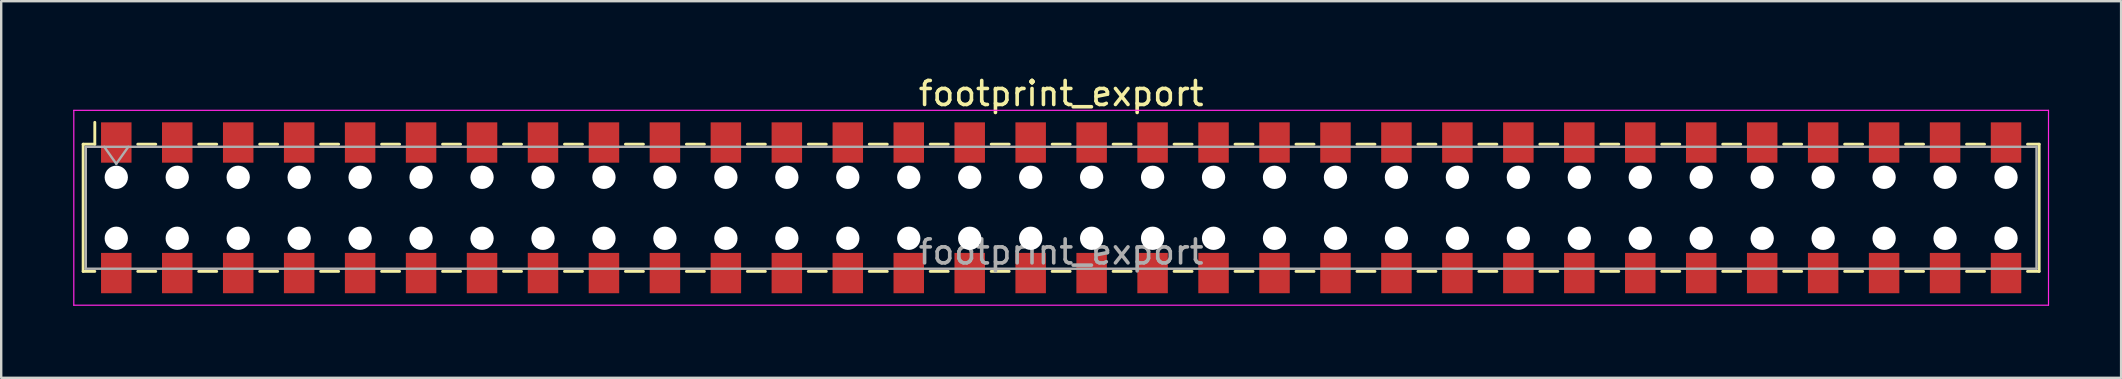
<source format=kicad_pcb>
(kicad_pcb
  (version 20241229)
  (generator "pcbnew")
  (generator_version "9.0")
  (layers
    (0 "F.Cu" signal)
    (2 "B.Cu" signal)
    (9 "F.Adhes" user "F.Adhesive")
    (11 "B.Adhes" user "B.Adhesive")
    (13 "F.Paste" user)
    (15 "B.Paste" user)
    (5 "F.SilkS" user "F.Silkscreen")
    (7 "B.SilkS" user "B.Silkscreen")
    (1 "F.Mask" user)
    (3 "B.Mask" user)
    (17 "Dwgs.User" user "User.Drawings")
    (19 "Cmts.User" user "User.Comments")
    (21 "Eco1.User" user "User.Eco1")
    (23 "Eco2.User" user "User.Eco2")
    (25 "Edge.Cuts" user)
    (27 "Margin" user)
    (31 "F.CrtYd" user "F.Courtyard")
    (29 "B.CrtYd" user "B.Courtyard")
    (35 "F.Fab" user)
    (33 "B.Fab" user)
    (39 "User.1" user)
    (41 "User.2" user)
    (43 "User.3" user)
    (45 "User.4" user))
  (footprint "footprint_export"
    (layer "F.Cu")
    (at 41.165 5.608)
    (property "Reference" "footprint_export" (at 0 -4.76 0) (layer "F.SilkS") (effects (font (size 1 1) (thickness 0.15))))
    (attr smd)
    (fp_line (start -40.75 -2.65) (end -40.75 2.65) (stroke (width 0.12) (type solid)) (layer "F.SilkS"))
    (fp_line (start -40.75 2.65) (end -40.265 2.65) (stroke (width 0.12) (type solid)) (layer "F.SilkS"))
    (fp_line (start -40.265 -3.56) (end -40.265 -2.65) (stroke (width 0.12) (type solid)) (layer "F.SilkS"))
    (fp_line (start -40.265 -2.65) (end -40.75 -2.65) (stroke (width 0.12) (type solid)) (layer "F.SilkS"))
    (fp_line (start -38.475 -2.65) (end -37.725 -2.65) (stroke (width 0.12) (type solid)) (layer "F.SilkS"))
    (fp_line (start -38.475 2.65) (end -37.725 2.65) (stroke (width 0.12) (type solid)) (layer "F.SilkS"))
    (fp_line (start -35.935 -2.65) (end -35.185 -2.65) (stroke (width 0.12) (type solid)) (layer "F.SilkS"))
    (fp_line (start -35.935 2.65) (end -35.185 2.65) (stroke (width 0.12) (type solid)) (layer "F.SilkS"))
    (fp_line (start -33.395 -2.65) (end -32.645 -2.65) (stroke (width 0.12) (type solid)) (layer "F.SilkS"))
    (fp_line (start -33.395 2.65) (end -32.645 2.65) (stroke (width 0.12) (type solid)) (layer "F.SilkS"))
    (fp_line (start -30.855 -2.65) (end -30.105 -2.65) (stroke (width 0.12) (type solid)) (layer "F.SilkS"))
    (fp_line (start -30.855 2.65) (end -30.105 2.65) (stroke (width 0.12) (type solid)) (layer "F.SilkS"))
    (fp_line (start -28.315 -2.65) (end -27.565 -2.65) (stroke (width 0.12) (type solid)) (layer "F.SilkS"))
    (fp_line (start -28.315 2.65) (end -27.565 2.65) (stroke (width 0.12) (type solid)) (layer "F.SilkS"))
    (fp_line (start -25.775 -2.65) (end -25.025 -2.65) (stroke (width 0.12) (type solid)) (layer "F.SilkS"))
    (fp_line (start -25.775 2.65) (end -25.025 2.65) (stroke (width 0.12) (type solid)) (layer "F.SilkS"))
    (fp_line (start -23.235 -2.65) (end -22.485 -2.65) (stroke (width 0.12) (type solid)) (layer "F.SilkS"))
    (fp_line (start -23.235 2.65) (end -22.485 2.65) (stroke (width 0.12) (type solid)) (layer "F.SilkS"))
    (fp_line (start -20.695 -2.65) (end -19.945 -2.65) (stroke (width 0.12) (type solid)) (layer "F.SilkS"))
    (fp_line (start -20.695 2.65) (end -19.945 2.65) (stroke (width 0.12) (type solid)) (layer "F.SilkS"))
    (fp_line (start -18.155 -2.65) (end -17.405 -2.65) (stroke (width 0.12) (type solid)) (layer "F.SilkS"))
    (fp_line (start -18.155 2.65) (end -17.405 2.65) (stroke (width 0.12) (type solid)) (layer "F.SilkS"))
    (fp_line (start -15.615 -2.65) (end -14.865 -2.65) (stroke (width 0.12) (type solid)) (layer "F.SilkS"))
    (fp_line (start -15.615 2.65) (end -14.865 2.65) (stroke (width 0.12) (type solid)) (layer "F.SilkS"))
    (fp_line (start -13.075 -2.65) (end -12.325 -2.65) (stroke (width 0.12) (type solid)) (layer "F.SilkS"))
    (fp_line (start -13.075 2.65) (end -12.325 2.65) (stroke (width 0.12) (type solid)) (layer "F.SilkS"))
    (fp_line (start -10.535 -2.65) (end -9.785 -2.65) (stroke (width 0.12) (type solid)) (layer "F.SilkS"))
    (fp_line (start -10.535 2.65) (end -9.785 2.65) (stroke (width 0.12) (type solid)) (layer "F.SilkS"))
    (fp_line (start -7.995 -2.65) (end -7.245 -2.65) (stroke (width 0.12) (type solid)) (layer "F.SilkS"))
    (fp_line (start -7.995 2.65) (end -7.245 2.65) (stroke (width 0.12) (type solid)) (layer "F.SilkS"))
    (fp_line (start -5.455 -2.65) (end -4.705 -2.65) (stroke (width 0.12) (type solid)) (layer "F.SilkS"))
    (fp_line (start -5.455 2.65) (end -4.705 2.65) (stroke (width 0.12) (type solid)) (layer "F.SilkS"))
    (fp_line (start -2.915 -2.65) (end -2.165 -2.65) (stroke (width 0.12) (type solid)) (layer "F.SilkS"))
    (fp_line (start -2.915 2.65) (end -2.165 2.65) (stroke (width 0.12) (type solid)) (layer "F.SilkS"))
    (fp_line (start -0.375 -2.65) (end 0.375 -2.65) (stroke (width 0.12) (type solid)) (layer "F.SilkS"))
    (fp_line (start -0.375 2.65) (end 0.375 2.65) (stroke (width 0.12) (type solid)) (layer "F.SilkS"))
    (fp_line (start 2.165 -2.65) (end 2.915 -2.65) (stroke (width 0.12) (type solid)) (layer "F.SilkS"))
    (fp_line (start 2.165 2.65) (end 2.915 2.65) (stroke (width 0.12) (type solid)) (layer "F.SilkS"))
    (fp_line (start 4.705 -2.65) (end 5.455 -2.65) (stroke (width 0.12) (type solid)) (layer "F.SilkS"))
    (fp_line (start 4.705 2.65) (end 5.455 2.65) (stroke (width 0.12) (type solid)) (layer "F.SilkS"))
    (fp_line (start 7.245 -2.65) (end 7.995 -2.65) (stroke (width 0.12) (type solid)) (layer "F.SilkS"))
    (fp_line (start 7.245 2.65) (end 7.995 2.65) (stroke (width 0.12) (type solid)) (layer "F.SilkS"))
    (fp_line (start 9.785 -2.65) (end 10.535 -2.65) (stroke (width 0.12) (type solid)) (layer "F.SilkS"))
    (fp_line (start 9.785 2.65) (end 10.535 2.65) (stroke (width 0.12) (type solid)) (layer "F.SilkS"))
    (fp_line (start 12.325 -2.65) (end 13.075 -2.65) (stroke (width 0.12) (type solid)) (layer "F.SilkS"))
    (fp_line (start 12.325 2.65) (end 13.075 2.65) (stroke (width 0.12) (type solid)) (layer "F.SilkS"))
    (fp_line (start 14.865 -2.65) (end 15.615 -2.65) (stroke (width 0.12) (type solid)) (layer "F.SilkS"))
    (fp_line (start 14.865 2.65) (end 15.615 2.65) (stroke (width 0.12) (type solid)) (layer "F.SilkS"))
    (fp_line (start 17.405 -2.65) (end 18.155 -2.65) (stroke (width 0.12) (type solid)) (layer "F.SilkS"))
    (fp_line (start 17.405 2.65) (end 18.155 2.65) (stroke (width 0.12) (type solid)) (layer "F.SilkS"))
    (fp_line (start 19.945 -2.65) (end 20.695 -2.65) (stroke (width 0.12) (type solid)) (layer "F.SilkS"))
    (fp_line (start 19.945 2.65) (end 20.695 2.65) (stroke (width 0.12) (type solid)) (layer "F.SilkS"))
    (fp_line (start 22.485 -2.65) (end 23.235 -2.65) (stroke (width 0.12) (type solid)) (layer "F.SilkS"))
    (fp_line (start 22.485 2.65) (end 23.235 2.65) (stroke (width 0.12) (type solid)) (layer "F.SilkS"))
    (fp_line (start 25.025 -2.65) (end 25.775 -2.65) (stroke (width 0.12) (type solid)) (layer "F.SilkS"))
    (fp_line (start 25.025 2.65) (end 25.775 2.65) (stroke (width 0.12) (type solid)) (layer "F.SilkS"))
    (fp_line (start 27.565 -2.65) (end 28.315 -2.65) (stroke (width 0.12) (type solid)) (layer "F.SilkS"))
    (fp_line (start 27.565 2.65) (end 28.315 2.65) (stroke (width 0.12) (type solid)) (layer "F.SilkS"))
    (fp_line (start 30.105 -2.65) (end 30.855 -2.65) (stroke (width 0.12) (type solid)) (layer "F.SilkS"))
    (fp_line (start 30.105 2.65) (end 30.855 2.65) (stroke (width 0.12) (type solid)) (layer "F.SilkS"))
    (fp_line (start 32.645 -2.65) (end 33.395 -2.65) (stroke (width 0.12) (type solid)) (layer "F.SilkS"))
    (fp_line (start 32.645 2.65) (end 33.395 2.65) (stroke (width 0.12) (type solid)) (layer "F.SilkS"))
    (fp_line (start 35.185 -2.65) (end 35.935 -2.65) (stroke (width 0.12) (type solid)) (layer "F.SilkS"))
    (fp_line (start 35.185 2.65) (end 35.935 2.65) (stroke (width 0.12) (type solid)) (layer "F.SilkS"))
    (fp_line (start 37.725 -2.65) (end 38.475 -2.65) (stroke (width 0.12) (type solid)) (layer "F.SilkS"))
    (fp_line (start 37.725 2.65) (end 38.475 2.65) (stroke (width 0.12) (type solid)) (layer "F.SilkS"))
    (fp_line (start 40.265 -2.65) (end 40.75 -2.65) (stroke (width 0.12) (type solid)) (layer "F.SilkS"))
    (fp_line (start 40.75 -2.65) (end 40.75 2.65) (stroke (width 0.12) (type solid)) (layer "F.SilkS"))
    (fp_line (start 40.75 2.65) (end 40.265 2.65) (stroke (width 0.12) (type solid)) (layer "F.SilkS"))
    (fp_line (start -41.14 -4.06) (end 41.14 -4.06) (stroke (width 0.05) (type solid)) (layer "F.CrtYd"))
    (fp_line (start -41.14 4.06) (end -41.14 -4.06) (stroke (width 0.05) (type solid)) (layer "F.CrtYd"))
    (fp_line (start 41.14 -4.06) (end 41.14 4.06) (stroke (width 0.05) (type solid)) (layer "F.CrtYd"))
    (fp_line (start 41.14 4.06) (end -41.14 4.06) (stroke (width 0.05) (type solid)) (layer "F.CrtYd"))
    (fp_line (start -40.64 -2.54) (end 40.64 -2.54) (stroke (width 0.1) (type solid)) (layer "F.Fab"))
    (fp_line (start -40.64 2.54) (end -40.64 -2.54) (stroke (width 0.1) (type solid)) (layer "F.Fab"))
    (fp_line (start -39.87 -2.54) (end -39.37 -1.833) (stroke (width 0.1) (type solid)) (layer "F.Fab"))
    (fp_line (start -39.37 -1.833) (end -38.87 -2.54) (stroke (width 0.1) (type solid)) (layer "F.Fab"))
    (fp_line (start 40.64 -2.54) (end 40.64 2.54) (stroke (width 0.1) (type solid)) (layer "F.Fab"))
    (fp_line (start 40.64 2.54) (end -40.64 2.54) (stroke (width 0.1) (type solid)) (layer "F.Fab"))
    (fp_text user "${REFERENCE}" (at 0 1.84 0) (layer "F.Fab") (effects (font (size 1 1) (thickness 0.15))))
    (pad "" np_thru_hole circle (at -39.37 -1.27) (size 0.97 0.97) (drill 0.97) (layers "*.Cu" "*.Mask"))
    (pad "" np_thru_hole circle (at -39.37 1.27) (size 0.97 0.97) (drill 0.97) (layers "*.Cu" "*.Mask"))
    (pad "" np_thru_hole circle (at -36.83 -1.27) (size 0.97 0.97) (drill 0.97) (layers "*.Cu" "*.Mask"))
    (pad "" np_thru_hole circle (at -36.83 1.27) (size 0.97 0.97) (drill 0.97) (layers "*.Cu" "*.Mask"))
    (pad "" np_thru_hole circle (at -34.29 -1.27) (size 0.97 0.97) (drill 0.97) (layers "*.Cu" "*.Mask"))
    (pad "" np_thru_hole circle (at -34.29 1.27) (size 0.97 0.97) (drill 0.97) (layers "*.Cu" "*.Mask"))
    (pad "" np_thru_hole circle (at -31.75 -1.27) (size 0.97 0.97) (drill 0.97) (layers "*.Cu" "*.Mask"))
    (pad "" np_thru_hole circle (at -31.75 1.27) (size 0.97 0.97) (drill 0.97) (layers "*.Cu" "*.Mask"))
    (pad "" np_thru_hole circle (at -29.21 -1.27) (size 0.97 0.97) (drill 0.97) (layers "*.Cu" "*.Mask"))
    (pad "" np_thru_hole circle (at -29.21 1.27) (size 0.97 0.97) (drill 0.97) (layers "*.Cu" "*.Mask"))
    (pad "" np_thru_hole circle (at -26.67 -1.27) (size 0.97 0.97) (drill 0.97) (layers "*.Cu" "*.Mask"))
    (pad "" np_thru_hole circle (at -26.67 1.27) (size 0.97 0.97) (drill 0.97) (layers "*.Cu" "*.Mask"))
    (pad "" np_thru_hole circle (at -24.13 -1.27) (size 0.97 0.97) (drill 0.97) (layers "*.Cu" "*.Mask"))
    (pad "" np_thru_hole circle (at -24.13 1.27) (size 0.97 0.97) (drill 0.97) (layers "*.Cu" "*.Mask"))
    (pad "" np_thru_hole circle (at -21.59 -1.27) (size 0.97 0.97) (drill 0.97) (layers "*.Cu" "*.Mask"))
    (pad "" np_thru_hole circle (at -21.59 1.27) (size 0.97 0.97) (drill 0.97) (layers "*.Cu" "*.Mask"))
    (pad "" np_thru_hole circle (at -19.05 -1.27) (size 0.97 0.97) (drill 0.97) (layers "*.Cu" "*.Mask"))
    (pad "" np_thru_hole circle (at -19.05 1.27) (size 0.97 0.97) (drill 0.97) (layers "*.Cu" "*.Mask"))
    (pad "" np_thru_hole circle (at -16.51 -1.27) (size 0.97 0.97) (drill 0.97) (layers "*.Cu" "*.Mask"))
    (pad "" np_thru_hole circle (at -16.51 1.27) (size 0.97 0.97) (drill 0.97) (layers "*.Cu" "*.Mask"))
    (pad "" np_thru_hole circle (at -13.97 -1.27) (size 0.97 0.97) (drill 0.97) (layers "*.Cu" "*.Mask"))
    (pad "" np_thru_hole circle (at -13.97 1.27) (size 0.97 0.97) (drill 0.97) (layers "*.Cu" "*.Mask"))
    (pad "" np_thru_hole circle (at -11.43 -1.27) (size 0.97 0.97) (drill 0.97) (layers "*.Cu" "*.Mask"))
    (pad "" np_thru_hole circle (at -11.43 1.27) (size 0.97 0.97) (drill 0.97) (layers "*.Cu" "*.Mask"))
    (pad "" np_thru_hole circle (at -8.89 -1.27) (size 0.97 0.97) (drill 0.97) (layers "*.Cu" "*.Mask"))
    (pad "" np_thru_hole circle (at -8.89 1.27) (size 0.97 0.97) (drill 0.97) (layers "*.Cu" "*.Mask"))
    (pad "" np_thru_hole circle (at -6.35 -1.27) (size 0.97 0.97) (drill 0.97) (layers "*.Cu" "*.Mask"))
    (pad "" np_thru_hole circle (at -6.35 1.27) (size 0.97 0.97) (drill 0.97) (layers "*.Cu" "*.Mask"))
    (pad "" np_thru_hole circle (at -3.81 -1.27) (size 0.97 0.97) (drill 0.97) (layers "*.Cu" "*.Mask"))
    (pad "" np_thru_hole circle (at -3.81 1.27) (size 0.97 0.97) (drill 0.97) (layers "*.Cu" "*.Mask"))
    (pad "" np_thru_hole circle (at -1.27 -1.27) (size 0.97 0.97) (drill 0.97) (layers "*.Cu" "*.Mask"))
    (pad "" np_thru_hole circle (at -1.27 1.27) (size 0.97 0.97) (drill 0.97) (layers "*.Cu" "*.Mask"))
    (pad "" np_thru_hole circle (at 1.27 -1.27) (size 0.97 0.97) (drill 0.97) (layers "*.Cu" "*.Mask"))
    (pad "" np_thru_hole circle (at 1.27 1.27) (size 0.97 0.97) (drill 0.97) (layers "*.Cu" "*.Mask"))
    (pad "" np_thru_hole circle (at 3.81 -1.27) (size 0.97 0.97) (drill 0.97) (layers "*.Cu" "*.Mask"))
    (pad "" np_thru_hole circle (at 3.81 1.27) (size 0.97 0.97) (drill 0.97) (layers "*.Cu" "*.Mask"))
    (pad "" np_thru_hole circle (at 6.35 -1.27) (size 0.97 0.97) (drill 0.97) (layers "*.Cu" "*.Mask"))
    (pad "" np_thru_hole circle (at 6.35 1.27) (size 0.97 0.97) (drill 0.97) (layers "*.Cu" "*.Mask"))
    (pad "" np_thru_hole circle (at 8.89 -1.27) (size 0.97 0.97) (drill 0.97) (layers "*.Cu" "*.Mask"))
    (pad "" np_thru_hole circle (at 8.89 1.27) (size 0.97 0.97) (drill 0.97) (layers "*.Cu" "*.Mask"))
    (pad "" np_thru_hole circle (at 11.43 -1.27) (size 0.97 0.97) (drill 0.97) (layers "*.Cu" "*.Mask"))
    (pad "" np_thru_hole circle (at 11.43 1.27) (size 0.97 0.97) (drill 0.97) (layers "*.Cu" "*.Mask"))
    (pad "" np_thru_hole circle (at 13.97 -1.27) (size 0.97 0.97) (drill 0.97) (layers "*.Cu" "*.Mask"))
    (pad "" np_thru_hole circle (at 13.97 1.27) (size 0.97 0.97) (drill 0.97) (layers "*.Cu" "*.Mask"))
    (pad "" np_thru_hole circle (at 16.51 -1.27) (size 0.97 0.97) (drill 0.97) (layers "*.Cu" "*.Mask"))
    (pad "" np_thru_hole circle (at 16.51 1.27) (size 0.97 0.97) (drill 0.97) (layers "*.Cu" "*.Mask"))
    (pad "" np_thru_hole circle (at 19.05 -1.27) (size 0.97 0.97) (drill 0.97) (layers "*.Cu" "*.Mask"))
    (pad "" np_thru_hole circle (at 19.05 1.27) (size 0.97 0.97) (drill 0.97) (layers "*.Cu" "*.Mask"))
    (pad "" np_thru_hole circle (at 21.59 -1.27) (size 0.97 0.97) (drill 0.97) (layers "*.Cu" "*.Mask"))
    (pad "" np_thru_hole circle (at 21.59 1.27) (size 0.97 0.97) (drill 0.97) (layers "*.Cu" "*.Mask"))
    (pad "" np_thru_hole circle (at 24.13 -1.27) (size 0.97 0.97) (drill 0.97) (layers "*.Cu" "*.Mask"))
    (pad "" np_thru_hole circle (at 24.13 1.27) (size 0.97 0.97) (drill 0.97) (layers "*.Cu" "*.Mask"))
    (pad "" np_thru_hole circle (at 26.67 -1.27) (size 0.97 0.97) (drill 0.97) (layers "*.Cu" "*.Mask"))
    (pad "" np_thru_hole circle (at 26.67 1.27) (size 0.97 0.97) (drill 0.97) (layers "*.Cu" "*.Mask"))
    (pad "" np_thru_hole circle (at 29.21 -1.27) (size 0.97 0.97) (drill 0.97) (layers "*.Cu" "*.Mask"))
    (pad "" np_thru_hole circle (at 29.21 1.27) (size 0.97 0.97) (drill 0.97) (layers "*.Cu" "*.Mask"))
    (pad "" np_thru_hole circle (at 31.75 -1.27) (size 0.97 0.97) (drill 0.97) (layers "*.Cu" "*.Mask"))
    (pad "" np_thru_hole circle (at 31.75 1.27) (size 0.97 0.97) (drill 0.97) (layers "*.Cu" "*.Mask"))
    (pad "" np_thru_hole circle (at 34.29 -1.27) (size 0.97 0.97) (drill 0.97) (layers "*.Cu" "*.Mask"))
    (pad "" np_thru_hole circle (at 34.29 1.27) (size 0.97 0.97) (drill 0.97) (layers "*.Cu" "*.Mask"))
    (pad "" np_thru_hole circle (at 36.83 -1.27) (size 0.97 0.97) (drill 0.97) (layers "*.Cu" "*.Mask"))
    (pad "" np_thru_hole circle (at 36.83 1.27) (size 0.97 0.97) (drill 0.97) (layers "*.Cu" "*.Mask"))
    (pad "" np_thru_hole circle (at 39.37 -1.27) (size 0.97 0.97) (drill 0.97) (layers "*.Cu" "*.Mask"))
    (pad "" np_thru_hole circle (at 39.37 1.27) (size 0.97 0.97) (drill 0.97) (layers "*.Cu" "*.Mask"))
    (pad "1" smd rect (at -39.37 -2.72) (size 1.27 1.68) (layers "F.Cu" "F.Mask" "F.Paste"))
    (pad "2" smd rect (at -39.37 2.72) (size 1.27 1.68) (layers "F.Cu" "F.Mask" "F.Paste"))
    (pad "3" smd rect (at -36.83 -2.72) (size 1.27 1.68) (layers "F.Cu" "F.Mask" "F.Paste"))
    (pad "4" smd rect (at -36.83 2.72) (size 1.27 1.68) (layers "F.Cu" "F.Mask" "F.Paste"))
    (pad "5" smd rect (at -34.29 -2.72) (size 1.27 1.68) (layers "F.Cu" "F.Mask" "F.Paste"))
    (pad "6" smd rect (at -34.29 2.72) (size 1.27 1.68) (layers "F.Cu" "F.Mask" "F.Paste"))
    (pad "7" smd rect (at -31.75 -2.72) (size 1.27 1.68) (layers "F.Cu" "F.Mask" "F.Paste"))
    (pad "8" smd rect (at -31.75 2.72) (size 1.27 1.68) (layers "F.Cu" "F.Mask" "F.Paste"))
    (pad "9" smd rect (at -29.21 -2.72) (size 1.27 1.68) (layers "F.Cu" "F.Mask" "F.Paste"))
    (pad "10" smd rect (at -29.21 2.72) (size 1.27 1.68) (layers "F.Cu" "F.Mask" "F.Paste"))
    (pad "11" smd rect (at -26.67 -2.72) (size 1.27 1.68) (layers "F.Cu" "F.Mask" "F.Paste"))
    (pad "12" smd rect (at -26.67 2.72) (size 1.27 1.68) (layers "F.Cu" "F.Mask" "F.Paste"))
    (pad "13" smd rect (at -24.13 -2.72) (size 1.27 1.68) (layers "F.Cu" "F.Mask" "F.Paste"))
    (pad "14" smd rect (at -24.13 2.72) (size 1.27 1.68) (layers "F.Cu" "F.Mask" "F.Paste"))
    (pad "15" smd rect (at -21.59 -2.72) (size 1.27 1.68) (layers "F.Cu" "F.Mask" "F.Paste"))
    (pad "16" smd rect (at -21.59 2.72) (size 1.27 1.68) (layers "F.Cu" "F.Mask" "F.Paste"))
    (pad "17" smd rect (at -19.05 -2.72) (size 1.27 1.68) (layers "F.Cu" "F.Mask" "F.Paste"))
    (pad "18" smd rect (at -19.05 2.72) (size 1.27 1.68) (layers "F.Cu" "F.Mask" "F.Paste"))
    (pad "19" smd rect (at -16.51 -2.72) (size 1.27 1.68) (layers "F.Cu" "F.Mask" "F.Paste"))
    (pad "20" smd rect (at -16.51 2.72) (size 1.27 1.68) (layers "F.Cu" "F.Mask" "F.Paste"))
    (pad "21" smd rect (at -13.97 -2.72) (size 1.27 1.68) (layers "F.Cu" "F.Mask" "F.Paste"))
    (pad "22" smd rect (at -13.97 2.72) (size 1.27 1.68) (layers "F.Cu" "F.Mask" "F.Paste"))
    (pad "23" smd rect (at -11.43 -2.72) (size 1.27 1.68) (layers "F.Cu" "F.Mask" "F.Paste"))
    (pad "24" smd rect (at -11.43 2.72) (size 1.27 1.68) (layers "F.Cu" "F.Mask" "F.Paste"))
    (pad "25" smd rect (at -8.89 -2.72) (size 1.27 1.68) (layers "F.Cu" "F.Mask" "F.Paste"))
    (pad "26" smd rect (at -8.89 2.72) (size 1.27 1.68) (layers "F.Cu" "F.Mask" "F.Paste"))
    (pad "27" smd rect (at -6.35 -2.72) (size 1.27 1.68) (layers "F.Cu" "F.Mask" "F.Paste"))
    (pad "28" smd rect (at -6.35 2.72) (size 1.27 1.68) (layers "F.Cu" "F.Mask" "F.Paste"))
    (pad "29" smd rect (at -3.81 -2.72) (size 1.27 1.68) (layers "F.Cu" "F.Mask" "F.Paste"))
    (pad "30" smd rect (at -3.81 2.72) (size 1.27 1.68) (layers "F.Cu" "F.Mask" "F.Paste"))
    (pad "31" smd rect (at -1.27 -2.72) (size 1.27 1.68) (layers "F.Cu" "F.Mask" "F.Paste"))
    (pad "32" smd rect (at -1.27 2.72) (size 1.27 1.68) (layers "F.Cu" "F.Mask" "F.Paste"))
    (pad "33" smd rect (at 1.27 -2.72) (size 1.27 1.68) (layers "F.Cu" "F.Mask" "F.Paste"))
    (pad "34" smd rect (at 1.27 2.72) (size 1.27 1.68) (layers "F.Cu" "F.Mask" "F.Paste"))
    (pad "35" smd rect (at 3.81 -2.72) (size 1.27 1.68) (layers "F.Cu" "F.Mask" "F.Paste"))
    (pad "36" smd rect (at 3.81 2.72) (size 1.27 1.68) (layers "F.Cu" "F.Mask" "F.Paste"))
    (pad "37" smd rect (at 6.35 -2.72) (size 1.27 1.68) (layers "F.Cu" "F.Mask" "F.Paste"))
    (pad "38" smd rect (at 6.35 2.72) (size 1.27 1.68) (layers "F.Cu" "F.Mask" "F.Paste"))
    (pad "39" smd rect (at 8.89 -2.72) (size 1.27 1.68) (layers "F.Cu" "F.Mask" "F.Paste"))
    (pad "40" smd rect (at 8.89 2.72) (size 1.27 1.68) (layers "F.Cu" "F.Mask" "F.Paste"))
    (pad "41" smd rect (at 11.43 -2.72) (size 1.27 1.68) (layers "F.Cu" "F.Mask" "F.Paste"))
    (pad "42" smd rect (at 11.43 2.72) (size 1.27 1.68) (layers "F.Cu" "F.Mask" "F.Paste"))
    (pad "43" smd rect (at 13.97 -2.72) (size 1.27 1.68) (layers "F.Cu" "F.Mask" "F.Paste"))
    (pad "44" smd rect (at 13.97 2.72) (size 1.27 1.68) (layers "F.Cu" "F.Mask" "F.Paste"))
    (pad "45" smd rect (at 16.51 -2.72) (size 1.27 1.68) (layers "F.Cu" "F.Mask" "F.Paste"))
    (pad "46" smd rect (at 16.51 2.72) (size 1.27 1.68) (layers "F.Cu" "F.Mask" "F.Paste"))
    (pad "47" smd rect (at 19.05 -2.72) (size 1.27 1.68) (layers "F.Cu" "F.Mask" "F.Paste"))
    (pad "48" smd rect (at 19.05 2.72) (size 1.27 1.68) (layers "F.Cu" "F.Mask" "F.Paste"))
    (pad "49" smd rect (at 21.59 -2.72) (size 1.27 1.68) (layers "F.Cu" "F.Mask" "F.Paste"))
    (pad "50" smd rect (at 21.59 2.72) (size 1.27 1.68) (layers "F.Cu" "F.Mask" "F.Paste"))
    (pad "51" smd rect (at 24.13 -2.72) (size 1.27 1.68) (layers "F.Cu" "F.Mask" "F.Paste"))
    (pad "52" smd rect (at 24.13 2.72) (size 1.27 1.68) (layers "F.Cu" "F.Mask" "F.Paste"))
    (pad "53" smd rect (at 26.67 -2.72) (size 1.27 1.68) (layers "F.Cu" "F.Mask" "F.Paste"))
    (pad "54" smd rect (at 26.67 2.72) (size 1.27 1.68) (layers "F.Cu" "F.Mask" "F.Paste"))
    (pad "55" smd rect (at 29.21 -2.72) (size 1.27 1.68) (layers "F.Cu" "F.Mask" "F.Paste"))
    (pad "56" smd rect (at 29.21 2.72) (size 1.27 1.68) (layers "F.Cu" "F.Mask" "F.Paste"))
    (pad "57" smd rect (at 31.75 -2.72) (size 1.27 1.68) (layers "F.Cu" "F.Mask" "F.Paste"))
    (pad "58" smd rect (at 31.75 2.72) (size 1.27 1.68) (layers "F.Cu" "F.Mask" "F.Paste"))
    (pad "59" smd rect (at 34.29 -2.72) (size 1.27 1.68) (layers "F.Cu" "F.Mask" "F.Paste"))
    (pad "60" smd rect (at 34.29 2.72) (size 1.27 1.68) (layers "F.Cu" "F.Mask" "F.Paste"))
    (pad "61" smd rect (at 36.83 -2.72) (size 1.27 1.68) (layers "F.Cu" "F.Mask" "F.Paste"))
    (pad "62" smd rect (at 36.83 2.72) (size 1.27 1.68) (layers "F.Cu" "F.Mask" "F.Paste"))
    (pad "63" smd rect (at 39.37 -2.72) (size 1.27 1.68) (layers "F.Cu" "F.Mask" "F.Paste"))
    (pad "64" smd rect (at 39.37 2.72) (size 1.27 1.68) (layers "F.Cu" "F.Mask" "F.Paste")))
  (gr_rect
    (start -3 -3)
    (end 85.33 12.693)
    (stroke (width 0.1) (type default))
    (fill no)
    (layer "Edge.Cuts")))
</source>
